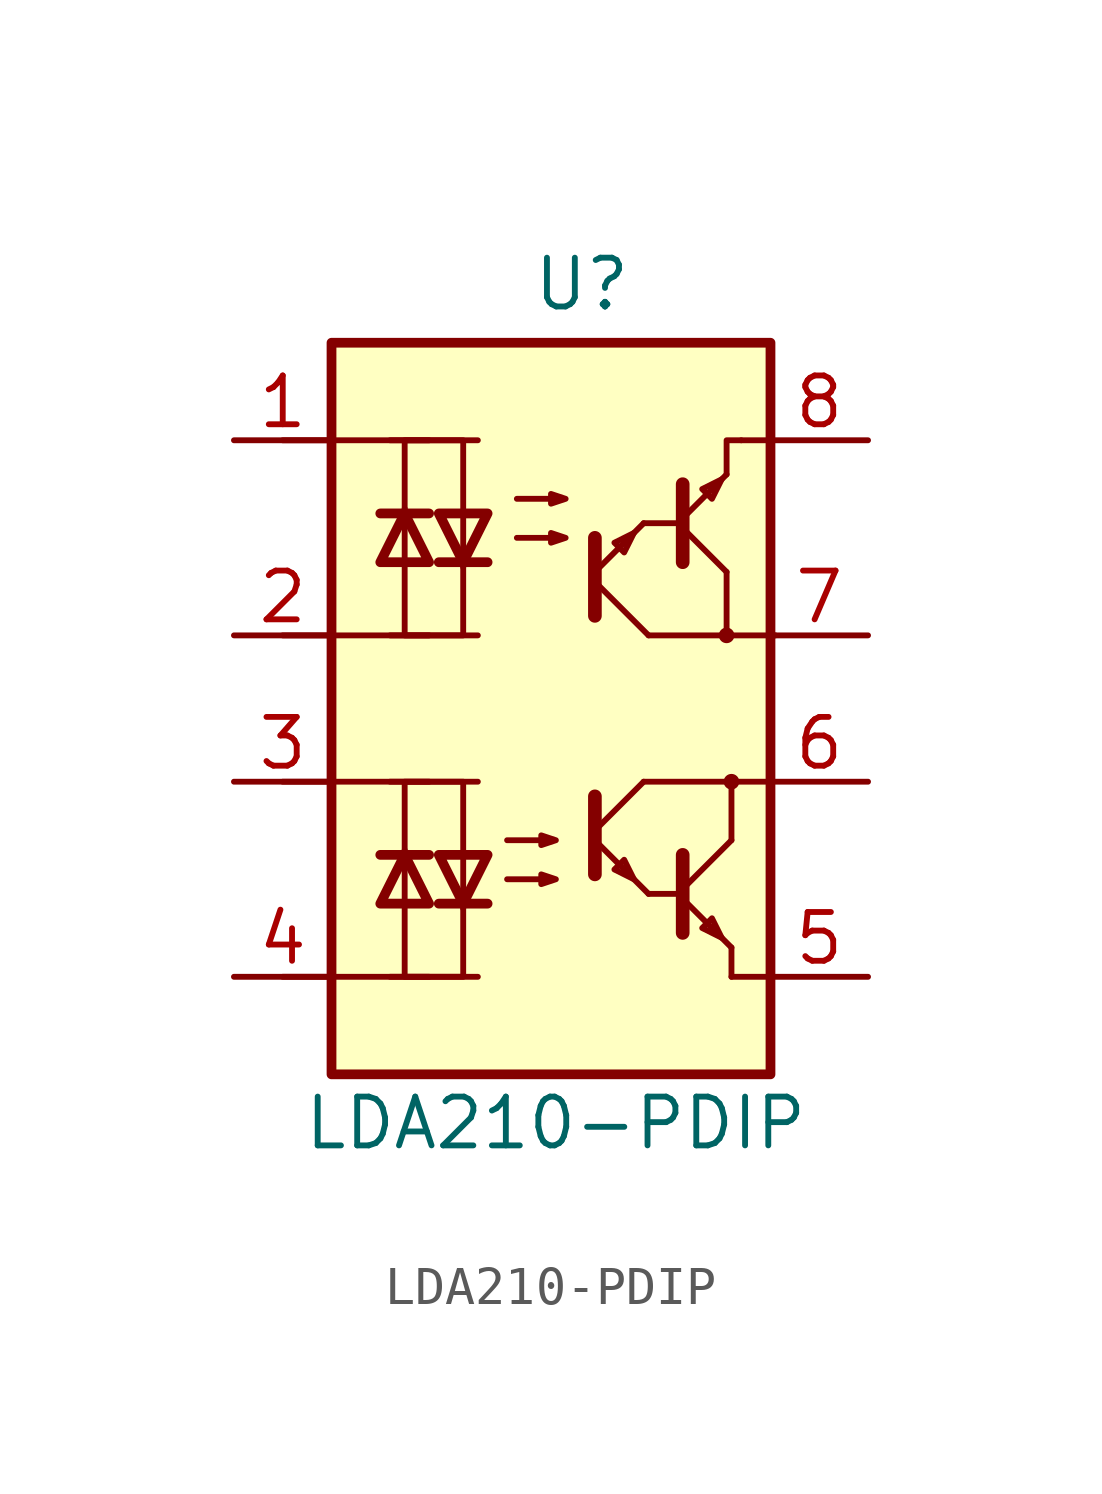
<source format=kicad_sym>
(kicad_symbol_lib
  (version 20211014)
  (generator kicad_symbol_editor)
  (symbol "LDA210-PDIP"
    (pin_names
      (offset 1.016))
    (property "Reference" "U"
      (at 0.127 9.144 0)
      (effects (font (size 1.27 1.27)) (justify left)))
    (property "Value" "LDA210-PDIP"
      (at -5.842 -12.7 0)
      (effects (font (size 1.27 1.27)) (justify left)))
    (symbol "LDA210-PDIP_0_1"
      (rectangle (start -5.08 7.62) (end 6.35 -11.43) (stroke (width 0.254) (type default) (color 0 0 0 0)) (fill (type background)))
      (polyline (pts (xy -6.35 5.08) (xy -2.54 5.08)) (stroke (width 0) (type default) (color 0 0 0 0)) (fill (type none)))
      (polyline (pts (xy 1.778 -5.334) (xy 3.175 -6.731)) (stroke (width 0) (type default) (color 0 0 0 0)) (fill (type none)))
      (polyline (pts (xy 1.778 -5.08) (xy 3.048 -3.81)) (stroke (width 0) (type default) (color 0 0 0 0)) (fill (type none)))
      (polyline (pts (xy 1.778 -4.191) (xy 1.778 -6.223)) (stroke (width 0.356) (type default) (color 0 0 0 0)) (fill (type none)))
      (polyline (pts (xy 3.048 -3.81) (xy 6.35 -3.81)) (stroke (width 0) (type default) (color 0 0 0 0)) (fill (type none)))
      (polyline (pts (xy 4.064 -6.858) (xy 5.334 -8.128)) (stroke (width 0) (type default) (color 0 0 0 0)) (fill (type none)))
      (polyline (pts (xy 4.064 -6.731) (xy 3.175 -6.731)) (stroke (width 0) (type default) (color 0 0 0 0)) (fill (type none)))
      (polyline (pts (xy 4.064 -6.604) (xy 5.334 -5.334)) (stroke (width 0) (type default) (color 0 0 0 0)) (fill (type none)))
      (polyline (pts (xy 5.334 -8.89) (xy 6.35 -8.89)) (stroke (width 0) (type default) (color 0 0 0 0)) (fill (type none)))
      (polyline (pts (xy 5.334 -8.128) (xy 5.334 -8.89)) (stroke (width 0) (type default) (color 0 0 0 0)) (fill (type none)))
      (polyline (pts (xy 5.334 -5.334) (xy 5.334 -3.81)) (stroke (width 0) (type default) (color 0 0 0 0)) (fill (type none)))
      (polyline (pts (xy 4.064 -5.715) (xy 4.064 -7.747) (xy 4.064 -7.747)) (stroke (width 0.356) (type default) (color 0 0 0 0)) (fill (type none)))
      (polyline (pts (xy 5.588 5.08) (xy 5.207 5.08) (xy 5.207 4.191)) (stroke (width 0) (type default) (color 0 0 0 0)) (fill (type none)))
      (polyline (pts (xy 2.794 -6.35) (xy 2.54 -5.842) (xy 2.286 -6.096) (xy 2.794 -6.35)) (stroke (width 0) (type default) (color 0 0 0 0)) (fill (type none)))
      (polyline (pts (xy 5.08 -7.874) (xy 4.826 -7.366) (xy 4.572 -7.62) (xy 5.08 -7.874)) (stroke (width 0) (type default) (color 0 0 0 0)) (fill (type none)))
      (polyline (pts (xy -0.508 -6.35) (xy 0.762 -6.35) (xy 0.381 -6.477) (xy 0.381 -6.223) (xy 0.762 -6.35)) (stroke (width 0) (type default) (color 0 0 0 0)) (fill (type none)))
      (polyline (pts (xy -0.508 -5.334) (xy 0.762 -5.334) (xy 0.381 -5.461) (xy 0.381 -5.207) (xy 0.762 -5.334)) (stroke (width 0) (type default) (color 0 0 0 0)) (fill (type none)))
      (circle (center 5.334 -3.81) (radius 0.127) (stroke (width 0) (type default) (color 0 0 0 0)) (fill (type none))))
    (symbol "LDA210-PDIP_1_1"
      (polyline (pts (xy -6.35 -8.89) (xy -2.54 -8.89)) (stroke (width 0) (type default) (color 0 0 0 0)) (fill (type none)))
      (polyline (pts (xy -6.35 -3.81) (xy -2.54 -3.81)) (stroke (width 0) (type default) (color 0 0 0 0)) (fill (type none)))
      (polyline (pts (xy -6.35 0) (xy -2.54 0)) (stroke (width 0) (type default) (color 0 0 0 0)) (fill (type none)))
      (polyline (pts (xy -2.54 -5.715) (xy -3.81 -5.715)) (stroke (width 0.254) (type default) (color 0 0 0 0)) (fill (type none)))
      (polyline (pts (xy -2.54 3.175) (xy -3.81 3.175)) (stroke (width 0.254) (type default) (color 0 0 0 0)) (fill (type none)))
      (polyline (pts (xy -2.286 -6.985) (xy -1.016 -6.985)) (stroke (width 0.254) (type default) (color 0 0 0 0)) (fill (type none)))
      (polyline (pts (xy -2.286 1.905) (xy -1.016 1.905)) (stroke (width 0.254) (type default) (color 0 0 0 0)) (fill (type none)))
      (polyline (pts (xy 1.778 1.397) (xy 3.175 0)) (stroke (width 0) (type default) (color 0 0 0 0)) (fill (type none)))
      (polyline (pts (xy 1.778 1.651) (xy 3.048 2.921)) (stroke (width 0) (type default) (color 0 0 0 0)) (fill (type none)))
      (polyline (pts (xy 1.778 2.54) (xy 1.778 0.508)) (stroke (width 0.356) (type default) (color 0 0 0 0)) (fill (type none)))
      (polyline (pts (xy 3.175 0) (xy 6.477 0)) (stroke (width 0) (type default) (color 0 0 0 0)) (fill (type none)))
      (polyline (pts (xy 3.937 2.921) (xy 3.048 2.921)) (stroke (width 0) (type default) (color 0 0 0 0)) (fill (type none)))
      (polyline (pts (xy 3.937 2.921) (xy 5.207 1.651)) (stroke (width 0) (type default) (color 0 0 0 0)) (fill (type none)))
      (polyline (pts (xy 3.937 2.921) (xy 5.207 4.191)) (stroke (width 0) (type default) (color 0 0 0 0)) (fill (type none)))
      (polyline (pts (xy 5.207 0.127) (xy 5.207 1.651)) (stroke (width 0) (type default) (color 0 0 0 0)) (fill (type none)))
      (polyline (pts (xy 6.35 5.08) (xy 5.588 5.08)) (stroke (width 0) (type default) (color 0 0 0 0)) (fill (type none)))
      (polyline (pts (xy -3.556 -3.81) (xy -1.651 -3.81) (xy -1.651 -7.112)) (stroke (width 0) (type default) (color 0 0 0 0)) (fill (type none)))
      (polyline (pts (xy -3.556 5.08) (xy -1.651 5.08) (xy -1.651 1.778)) (stroke (width 0) (type default) (color 0 0 0 0)) (fill (type none)))
      (polyline (pts (xy -3.175 -5.715) (xy -3.175 -3.81) (xy -1.27 -3.81)) (stroke (width 0) (type default) (color 0 0 0 0)) (fill (type none)))
      (polyline (pts (xy -3.175 3.175) (xy -3.175 5.08) (xy -1.27 5.08)) (stroke (width 0) (type default) (color 0 0 0 0)) (fill (type none)))
      (polyline (pts (xy -1.651 -6.985) (xy -1.651 -8.89) (xy -3.556 -8.89)) (stroke (width 0) (type default) (color 0 0 0 0)) (fill (type none)))
      (polyline (pts (xy -1.651 1.905) (xy -1.651 0) (xy -3.556 0)) (stroke (width 0) (type default) (color 0 0 0 0)) (fill (type none)))
      (polyline (pts (xy -1.27 -8.89) (xy -3.175 -8.89) (xy -3.175 -5.588)) (stroke (width 0) (type default) (color 0 0 0 0)) (fill (type none)))
      (polyline (pts (xy -1.27 0) (xy -3.175 0) (xy -3.175 3.302)) (stroke (width 0) (type default) (color 0 0 0 0)) (fill (type none)))
      (polyline (pts (xy 4.064 3.937) (xy 4.064 1.905) (xy 4.064 1.905)) (stroke (width 0.356) (type default) (color 0 0 0 0)) (fill (type none)))
      (polyline (pts (xy -3.175 -5.715) (xy -2.54 -6.985) (xy -3.81 -6.985) (xy -3.175 -5.715)) (stroke (width 0.254) (type default) (color 0 0 0 0)) (fill (type none)))
      (polyline (pts (xy -3.175 3.175) (xy -2.54 1.905) (xy -3.81 1.905) (xy -3.175 3.175)) (stroke (width 0.254) (type default) (color 0 0 0 0)) (fill (type none)))
      (polyline (pts (xy -1.651 -6.985) (xy -2.286 -5.715) (xy -1.016 -5.715) (xy -1.651 -6.985)) (stroke (width 0.254) (type default) (color 0 0 0 0)) (fill (type none)))
      (polyline (pts (xy -1.651 1.905) (xy -2.286 3.175) (xy -1.016 3.175) (xy -1.651 1.905)) (stroke (width 0.254) (type default) (color 0 0 0 0)) (fill (type none)))
      (polyline (pts (xy 2.794 2.667) (xy 2.286 2.413) (xy 2.54 2.159) (xy 2.794 2.667)) (stroke (width 0) (type default) (color 0 0 0 0)) (fill (type none)))
      (polyline (pts (xy 5.08 4.064) (xy 4.572 3.81) (xy 4.826 3.556) (xy 5.08 4.064)) (stroke (width 0) (type default) (color 0 0 0 0)) (fill (type none)))
      (polyline (pts (xy -0.254 2.54) (xy 1.016 2.54) (xy 0.635 2.413) (xy 0.635 2.667) (xy 1.016 2.54)) (stroke (width 0) (type default) (color 0 0 0 0)) (fill (type none)))
      (polyline (pts (xy -0.254 3.556) (xy 1.016 3.556) (xy 0.635 3.429) (xy 0.635 3.683) (xy 1.016 3.556)) (stroke (width 0) (type default) (color 0 0 0 0)) (fill (type none)))
      (circle (center 5.207 0) (radius 0.127) (stroke (width 0) (type default) (color 0 0 0 0)) (fill (type none)))
      (pin passive line (at -7.62 5.08 0) (length 2.54) (name "~" (effects (font (size 1.27 1.27)))) (number "1" (effects (font (size 1.27 1.27)))))
      (pin passive line (at -7.62 0 0) (length 2.54) (name "~" (effects (font (size 1.27 1.27)))) (number "2" (effects (font (size 1.27 1.27)))))
      (pin passive line (at -7.62 -3.81 0) (length 2.54) (name "~" (effects (font (size 1.27 1.27)))) (number "3" (effects (font (size 1.27 1.27)))))
      (pin passive line (at -7.62 -8.89 0) (length 2.54) (name "~" (effects (font (size 1.27 1.27)))) (number "4" (effects (font (size 1.27 1.27)))))
      (pin passive line (at 8.89 -8.89 180) (length 2.54) (name "~" (effects (font (size 1.27 1.27)))) (number "5" (effects (font (size 1.27 1.27)))))
      (pin passive line (at 8.89 -3.81 180) (length 2.54) (name "~" (effects (font (size 1.27 1.27)))) (number "6" (effects (font (size 1.27 1.27)))))
      (pin passive line (at 8.89 0 180) (length 2.54) (name "~" (effects (font (size 1.27 1.27)))) (number "7" (effects (font (size 1.27 1.27)))))
      (pin passive line (at 8.89 5.08 180) (length 2.54) (name "~" (effects (font (size 1.27 1.27)))) (number "8" (effects (font (size 1.27 1.27))))))))
</source>
